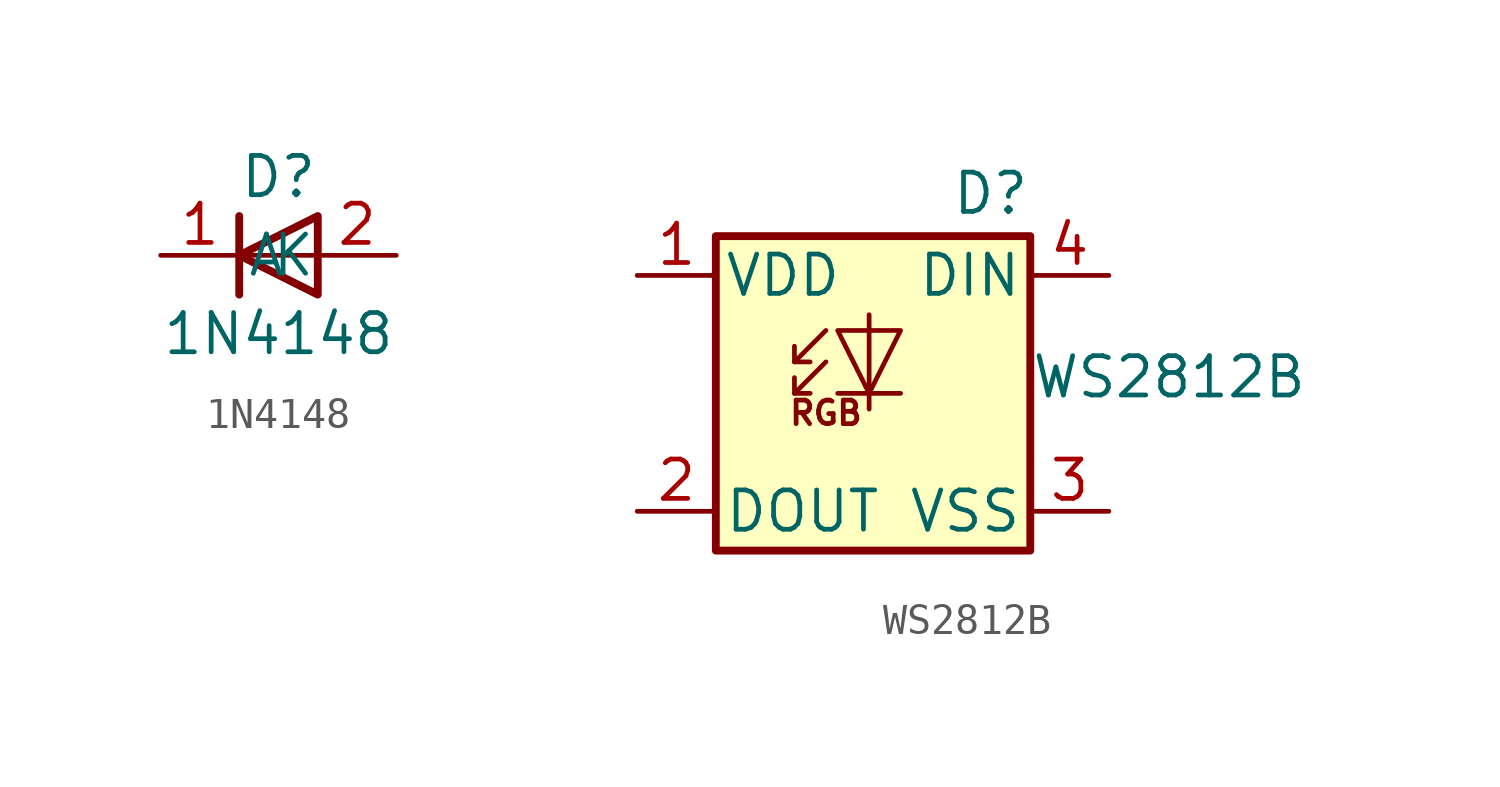
<source format=kicad_sym>
(kicad_symbol_lib
  (version 20220914)
  (generator kicad_symbol_editor)
  (symbol "1N4148"
    (pin_names
      (offset 1.016))
    (property "Reference" "D"
      (at 0 2.54 0)
      (effects (font (size 1.27 1.27))))
    (property "Value" "1N4148"
      (at 0 -2.54 0)
      (effects (font (size 1.27 1.27))))
    (symbol "1N4148_0_1"
      (polyline (pts (xy -1.27 1.27) (xy -1.27 -1.27)) (stroke (width 0.254) (type default)) (fill (type none)))
      (polyline (pts (xy 1.27 0) (xy -1.27 0)) (stroke (width 0) (type default)) (fill (type none)))
      (polyline (pts (xy 1.27 1.27) (xy 1.27 -1.27) (xy -1.27 0) (xy 1.27 1.27)) (stroke (width 0.254) (type default)) (fill (type none))))
    (symbol "1N4148_1_1"
      (pin passive line (at -3.81 0 0) (length 2.54) (name "K" (effects (font (size 1.27 1.27)))) (number "1" (effects (font (size 1.27 1.27)))))
      (pin passive line (at 3.81 0 180) (length 2.54) (name "A" (effects (font (size 1.27 1.27)))) (number "2" (effects (font (size 1.27 1.27)))))))
  (symbol "WS2812B"
    (pin_names
      (offset 0.254))
    (property "Reference" "D"
      (at 5.08 5.715 0)
      (effects (font (size 1.27 1.27)) (justify right bottom)))
    (property "Value" "WS2812B"
      (at 5.08 1.27 0)
      (effects (font (size 1.27 1.27)) (justify left top)))
    (symbol "WS2812B_0_0"
      (text "RGB" (at -1.524 -0.635 0) (effects (font (size 0.762 0.762)))))
    (symbol "WS2812B_0_1"
      (polyline (pts (xy -2.54 0) (xy -2.032 0)) (stroke (width 0) (type default)) (fill (type none)))
      (polyline (pts (xy -2.54 1.016) (xy -2.032 1.016)) (stroke (width 0) (type default)) (fill (type none)))
      (polyline (pts (xy 0.889 0) (xy -1.143 0)) (stroke (width 0) (type default)) (fill (type none)))
      (polyline (pts (xy -1.524 1.016) (xy -2.54 0) (xy -2.54 0.508)) (stroke (width 0) (type default)) (fill (type none)))
      (polyline (pts (xy -1.524 2.032) (xy -2.54 1.016) (xy -2.54 1.524)) (stroke (width 0) (type default)) (fill (type none)))
      (polyline (pts (xy -0.127 2.54) (xy -0.127 0) (xy -0.127 -0.508)) (stroke (width 0) (type default)) (fill (type none)))
      (polyline (pts (xy 0.889 2.032) (xy -1.143 2.032) (xy -0.127 0) (xy 0.889 2.032)) (stroke (width 0) (type default)) (fill (type none)))
      (rectangle (start 5.08 5.08) (end -5.08 -5.08) (stroke (width 0.254) (type default)) (fill (type background))))
    (symbol "WS2812B_1_1"
      (pin power_in line (at -7.62 3.81 0) (length 2.54) (name "VDD" (effects (font (size 1.27 1.27)))) (number "1" (effects (font (size 1.27 1.27)))))
      (pin output line (at -7.62 -3.81 0) (length 2.54) (name "DOUT" (effects (font (size 1.27 1.27)))) (number "2" (effects (font (size 1.27 1.27)))))
      (pin power_in line (at 7.62 -3.81 180) (length 2.54) (name "VSS" (effects (font (size 1.27 1.27)))) (number "3" (effects (font (size 1.27 1.27)))))
      (pin input line (at 7.62 3.81 180) (length 2.54) (name "DIN" (effects (font (size 1.27 1.27)))) (number "4" (effects (font (size 1.27 1.27))))))))
</source>
